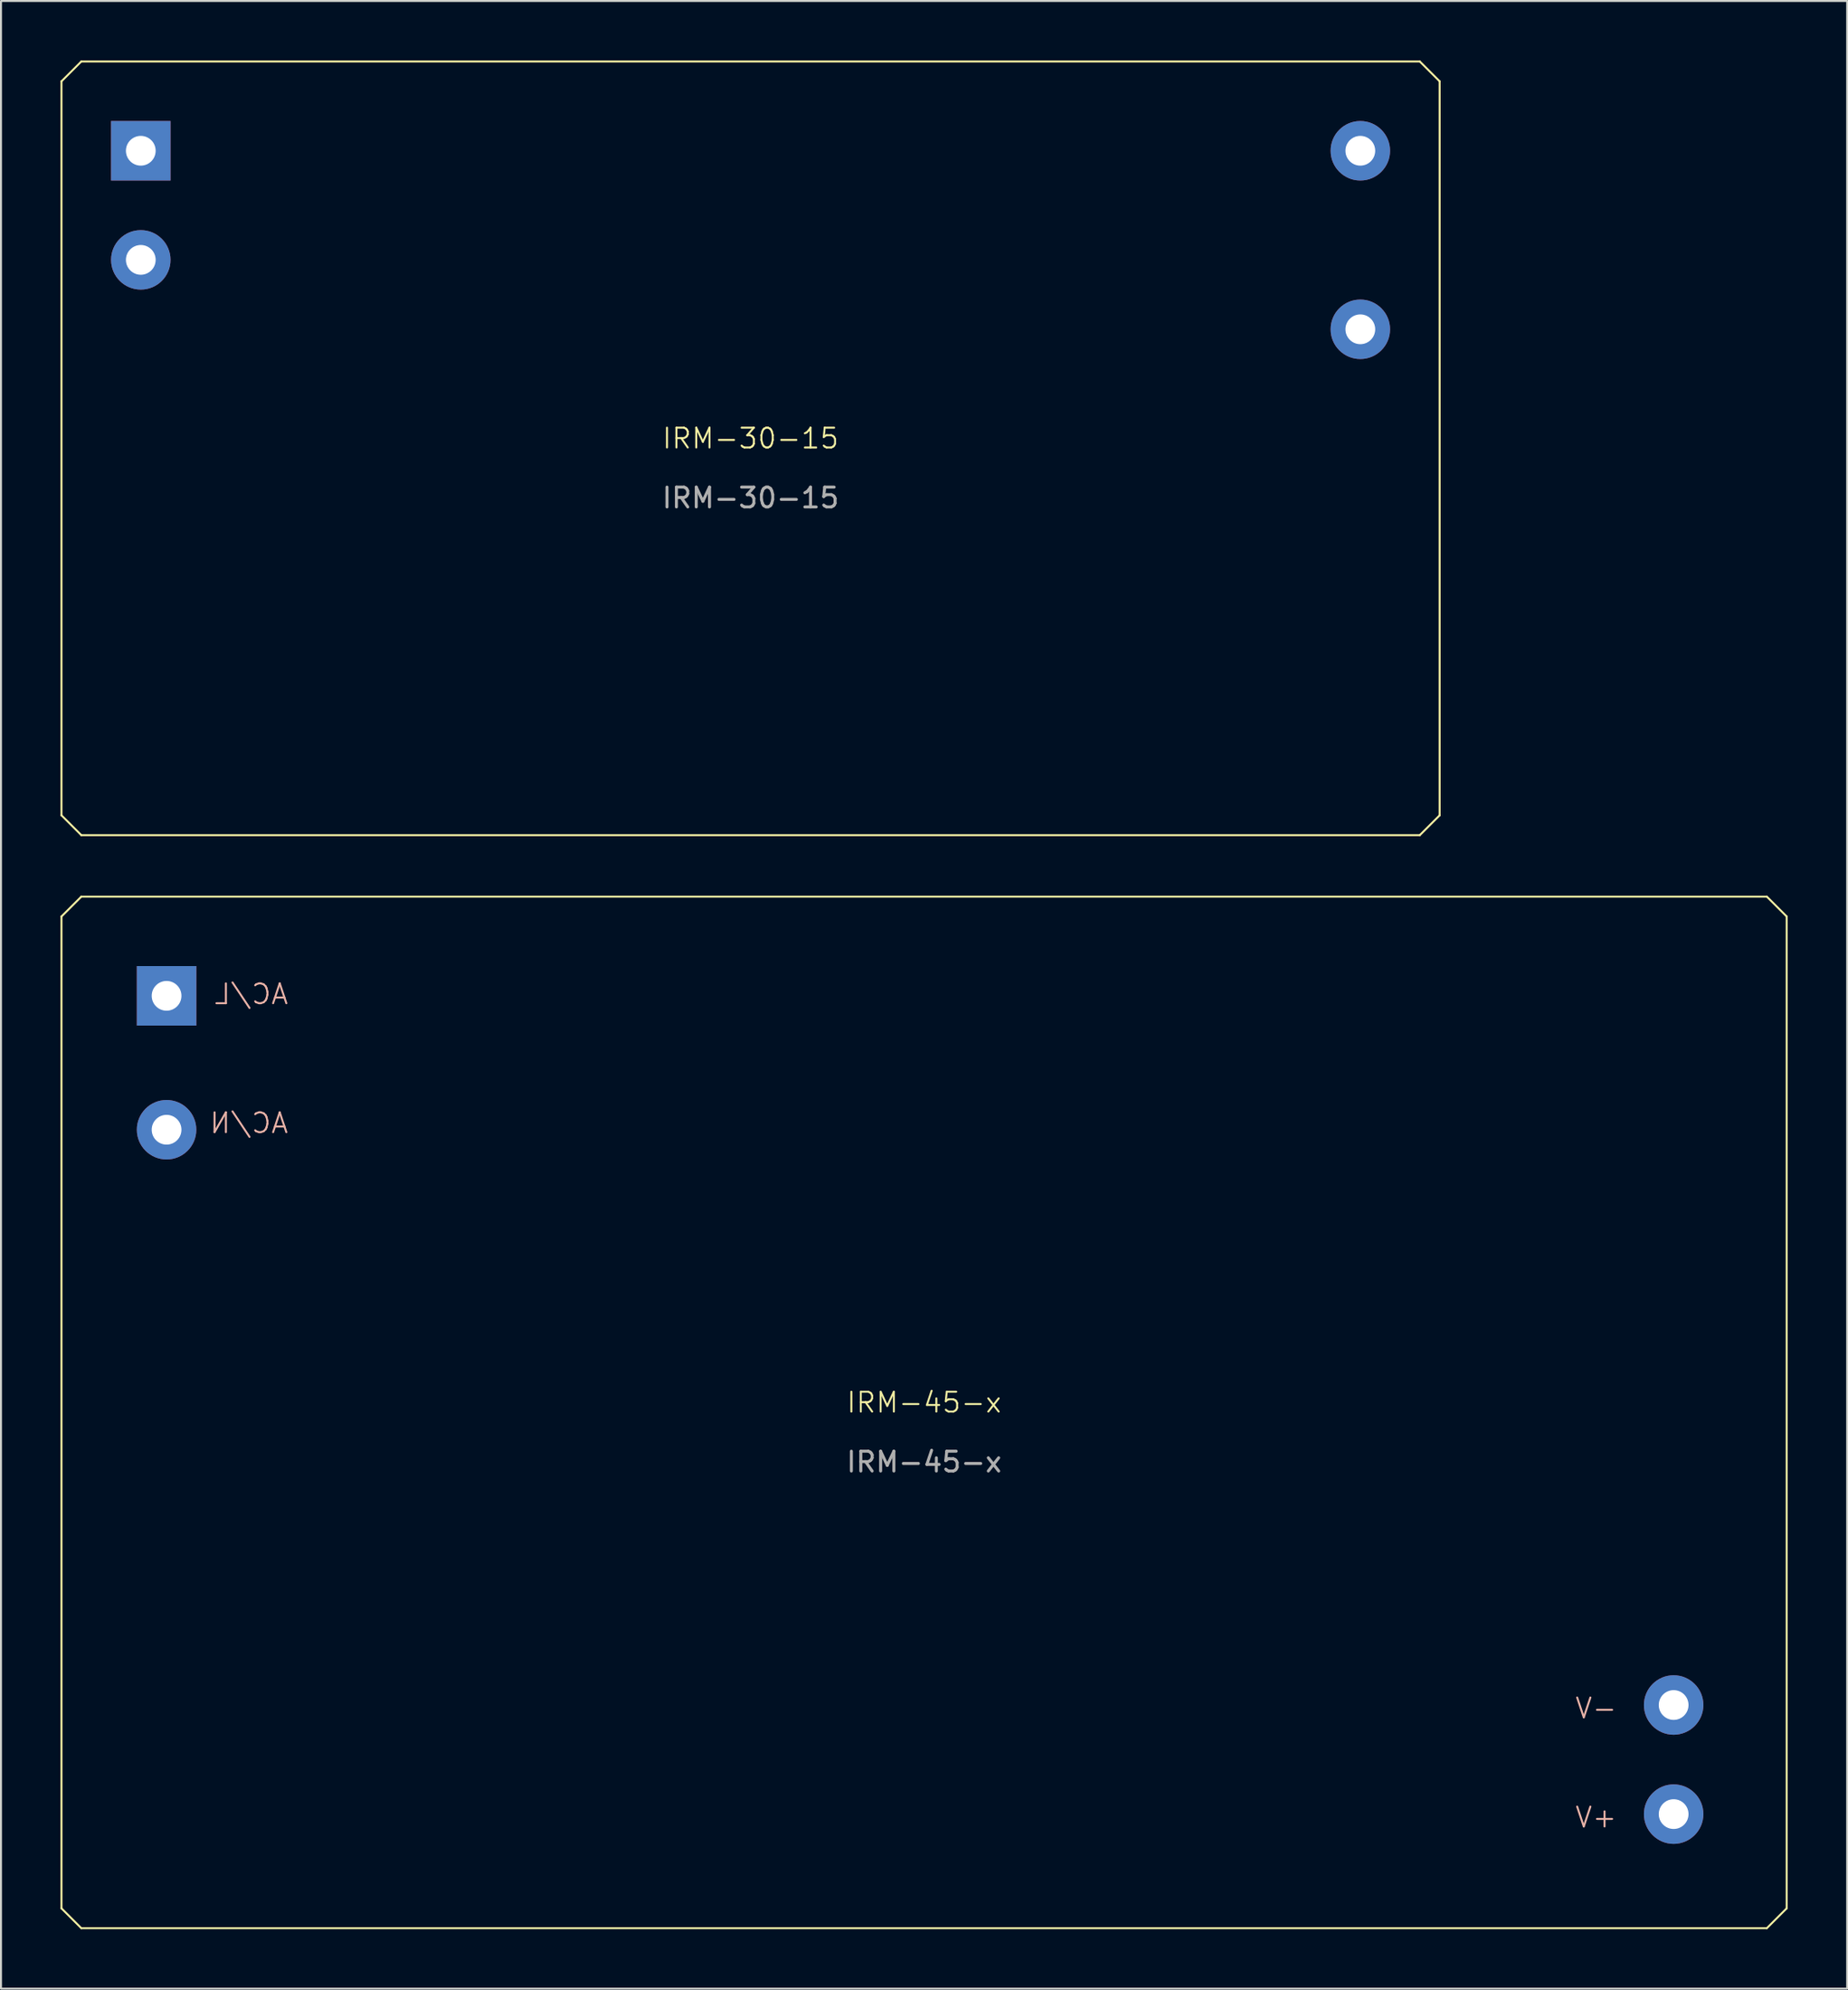
<source format=kicad_pcb>
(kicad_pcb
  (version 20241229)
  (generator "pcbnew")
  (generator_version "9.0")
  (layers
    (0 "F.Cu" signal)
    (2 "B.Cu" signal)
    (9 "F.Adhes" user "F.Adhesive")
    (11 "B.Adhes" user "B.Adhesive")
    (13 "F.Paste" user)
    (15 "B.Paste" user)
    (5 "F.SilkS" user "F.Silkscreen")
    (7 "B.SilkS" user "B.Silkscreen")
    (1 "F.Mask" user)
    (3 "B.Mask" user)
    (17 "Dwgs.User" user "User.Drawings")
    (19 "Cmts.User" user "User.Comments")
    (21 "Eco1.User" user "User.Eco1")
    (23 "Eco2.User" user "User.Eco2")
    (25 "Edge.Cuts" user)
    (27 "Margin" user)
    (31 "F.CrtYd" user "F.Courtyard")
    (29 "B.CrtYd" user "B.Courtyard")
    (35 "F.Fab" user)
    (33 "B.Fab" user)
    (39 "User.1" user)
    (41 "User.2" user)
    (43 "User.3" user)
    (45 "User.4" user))
  (footprint "IRM-30-15"
    (layer "F.Cu")
    (at 34.8 19.55)
    (property "Reference" "IRM-30-15" (at 0 -0.5 0) (unlocked yes) (layer "F.SilkS") (effects (font (size 1 1) (thickness 0.1))))
    (attr through_hole)
    (fp_line (start -34.75 -18.5) (end -34.75 18.5) (stroke (width 0.1) (type default)) (layer "F.SilkS"))
    (fp_line (start -34.75 -18.5) (end -33.75 -19.5) (stroke (width 0.1) (type default)) (layer "F.SilkS"))
    (fp_line (start -34.75 18.5) (end -33.75 19.5) (stroke (width 0.1) (type default)) (layer "F.SilkS"))
    (fp_line (start -33.75 -19.5) (end 33.75 -19.5) (stroke (width 0.1) (type default)) (layer "F.SilkS"))
    (fp_line (start -33.75 19.5) (end 33.75 19.5) (stroke (width 0.1) (type default)) (layer "F.SilkS"))
    (fp_line (start 34.75 -18.5) (end 33.75 -19.5) (stroke (width 0.1) (type default)) (layer "F.SilkS"))
    (fp_line (start 34.75 -18.5) (end 34.75 18.5) (stroke (width 0.1) (type default)) (layer "F.SilkS"))
    (fp_line (start 34.75 18.5) (end 33.75 19.5) (stroke (width 0.1) (type default)) (layer "F.SilkS"))
    (fp_text user "${REFERENCE}" (at 0 2.5 0) (unlocked yes) (layer "F.Fab") (effects (font (size 1 1) (thickness 0.15))))
    (pad "1" thru_hole rect (at -30.75 -15) (size 3 3) (drill 1.5) (layers "*.Cu" "*.Mask"))
    (pad "2" thru_hole circle (at -30.75 -9.5) (size 3 3) (drill 1.5) (layers "*.Cu" "*.Mask"))
    (pad "3" thru_hole circle (at 30.75 -15) (size 3 3) (drill 1.5) (layers "*.Cu" "*.Mask"))
    (pad "4" thru_hole circle (at 30.75 -6) (size 3 3) (drill 1.5) (layers "*.Cu" "*.Mask")))
  (footprint "IRM-45-x"
    (layer "F.Cu")
    (at 43.55 68.15)
    (property "Reference" "IRM-45-x" (at 0 -0.5 0) (unlocked yes) (layer "F.SilkS") (effects (font (size 1 1) (thickness 0.1))))
    (attr through_hole)
    (fp_line (start -43.5 -25) (end -43.5 25) (stroke (width 0.1) (type default)) (layer "F.SilkS"))
    (fp_line (start -43.5 25) (end -42.5 26) (stroke (width 0.1) (type default)) (layer "F.SilkS"))
    (fp_line (start -42.5 -26) (end -43.5 -25) (stroke (width 0.1) (type default)) (layer "F.SilkS"))
    (fp_line (start -42.5 -26) (end 42.5 -26) (stroke (width 0.1) (type default)) (layer "F.SilkS"))
    (fp_line (start -42.5 26) (end 42.5 26) (stroke (width 0.1) (type default)) (layer "F.SilkS"))
    (fp_line (start 42.5 -26) (end 43.5 -25) (stroke (width 0.1) (type default)) (layer "F.SilkS"))
    (fp_line (start 42.5 26) (end 43.5 25) (stroke (width 0.1) (type default)) (layer "F.SilkS"))
    (fp_line (start 43.5 -25) (end 43.5 25) (stroke (width 0.1) (type default)) (layer "F.SilkS"))
    (fp_text user "+V" (at 35 21 0) (unlocked yes) (layer "B.SilkS") (effects (font (size 1 1) (thickness 0.1)) (justify left bottom mirror)))
    (fp_text user "AC/N" (at -32 -14 0) (unlocked yes) (layer "B.SilkS") (effects (font (size 1 1) (thickness 0.1)) (justify left bottom mirror)))
    (fp_text user "AC/L" (at -32 -20.5 0) (unlocked yes) (layer "B.SilkS") (effects (font (size 1 1) (thickness 0.1)) (justify left bottom mirror)))
    (fp_text user "-V" (at 35 15.5 0) (unlocked yes) (layer "B.SilkS") (effects (font (size 1 1) (thickness 0.1)) (justify left bottom mirror)))
    (fp_text user "${REFERENCE}" (at 0 2.5 0) (unlocked yes) (layer "F.Fab") (effects (font (size 1 1) (thickness 0.15))))
    (pad "1" thru_hole rect (at -38.2 -21 270) (size 3 3) (drill 1.5) (layers "*.Cu" "*.Mask"))
    (pad "2" thru_hole circle (at -38.2 -14.25 270) (size 3 3) (drill 1.5) (layers "*.Cu" "*.Mask"))
    (pad "3" thru_hole circle (at 37.8 14.75 270) (size 3 3) (drill 1.5) (layers "*.Cu" "*.Mask"))
    (pad "4" thru_hole circle (at 37.8 20.25 270) (size 3 3) (drill 1.5) (layers "*.Cu" "*.Mask")))
  (gr_rect
    (start -3 -3)
    (end 90.1 97.2)
    (stroke (width 0.1) (type default))
    (fill no)
    (layer "Edge.Cuts")))
</source>
